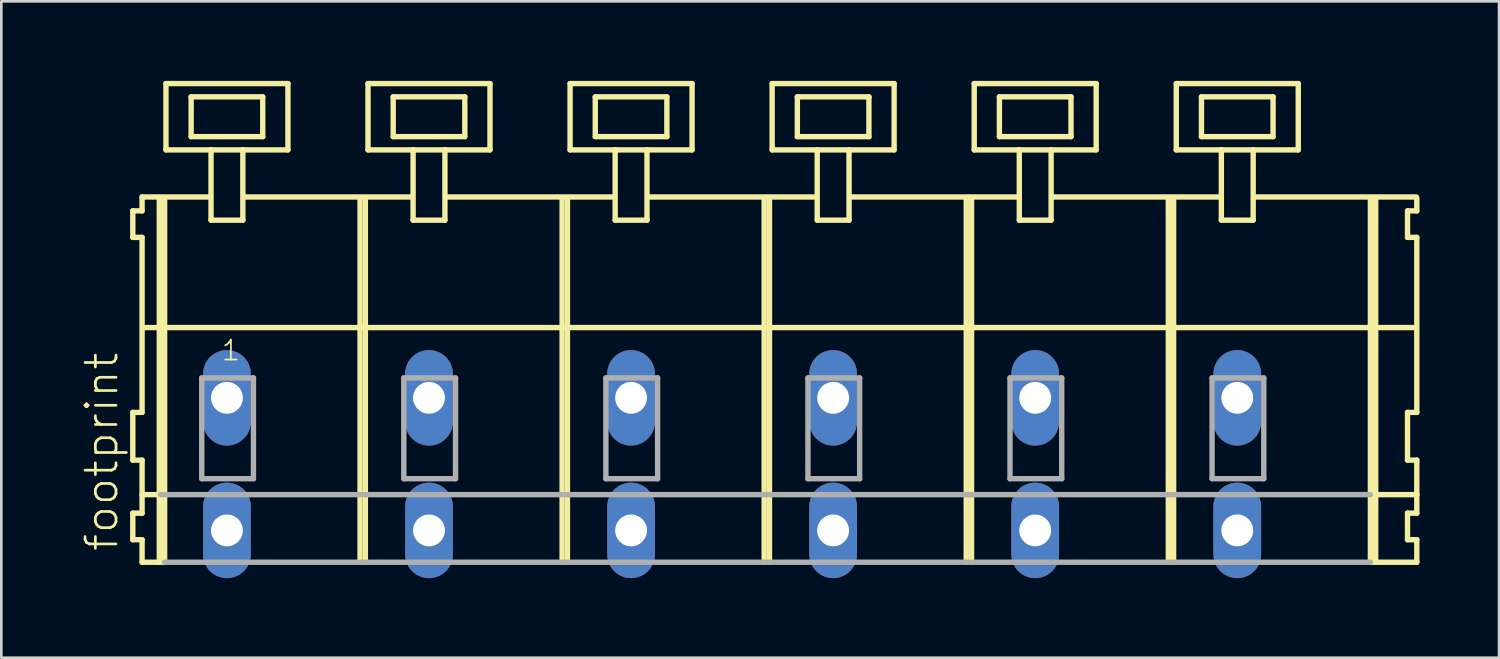
<source format=kicad_pcb>
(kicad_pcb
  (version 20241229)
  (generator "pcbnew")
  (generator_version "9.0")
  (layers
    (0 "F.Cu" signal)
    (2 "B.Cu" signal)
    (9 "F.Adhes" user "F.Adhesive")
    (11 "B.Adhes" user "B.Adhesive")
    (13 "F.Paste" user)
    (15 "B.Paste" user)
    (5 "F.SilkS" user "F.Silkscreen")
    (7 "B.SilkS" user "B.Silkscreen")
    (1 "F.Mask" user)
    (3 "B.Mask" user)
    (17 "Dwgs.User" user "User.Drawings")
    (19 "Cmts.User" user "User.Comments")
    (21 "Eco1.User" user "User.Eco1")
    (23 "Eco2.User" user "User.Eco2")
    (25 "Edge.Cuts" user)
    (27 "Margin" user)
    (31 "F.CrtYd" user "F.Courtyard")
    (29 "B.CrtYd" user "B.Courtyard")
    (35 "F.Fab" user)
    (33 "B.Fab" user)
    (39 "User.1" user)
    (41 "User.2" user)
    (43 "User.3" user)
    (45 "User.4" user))
  (footprint "footprint"
    (layer "F.Cu")
    (at 25.828 11.952)
    (property "Reference" "footprint" (at -24.355 5.855 90) (layer "F.SilkS") (effects (font (size 1.168 1.168) (thickness 0.102)) (justify left bottom)))
    (fp_line (start -23.87 -7.05) (end -23.87 -6.05) (stroke (width 0.203) (type solid)) (layer "F.SilkS"))
    (fp_line (start -23.87 -6.05) (end -23.52 -6.05) (stroke (width 0.203) (type solid)) (layer "F.SilkS"))
    (fp_line (start -23.87 0.55) (end -23.87 2.35) (stroke (width 0.203) (type solid)) (layer "F.SilkS"))
    (fp_line (start -23.87 2.35) (end -23.52 2.35) (stroke (width 0.203) (type solid)) (layer "F.SilkS"))
    (fp_line (start -23.87 4.35) (end -23.87 5.35) (stroke (width 0.203) (type solid)) (layer "F.SilkS"))
    (fp_line (start -23.87 5.35) (end -23.52 5.35) (stroke (width 0.203) (type solid)) (layer "F.SilkS"))
    (fp_line (start -23.52 -7.575) (end -23.52 -7.05) (stroke (width 0.203) (type solid)) (layer "F.SilkS"))
    (fp_line (start -23.52 -7.575) (end -20.945 -7.575) (stroke (width 0.203) (type solid)) (layer "F.SilkS"))
    (fp_line (start -23.52 -7.05) (end -23.87 -7.05) (stroke (width 0.203) (type solid)) (layer "F.SilkS"))
    (fp_line (start -23.52 -6.05) (end -23.52 0.55) (stroke (width 0.203) (type solid)) (layer "F.SilkS"))
    (fp_line (start -23.52 0.55) (end -23.87 0.55) (stroke (width 0.203) (type solid)) (layer "F.SilkS"))
    (fp_line (start -23.52 2.35) (end -23.52 4.35) (stroke (width 0.203) (type solid)) (layer "F.SilkS"))
    (fp_line (start -23.52 3.65) (end -22.82 3.65) (stroke (width 0.203) (type solid)) (layer "F.SilkS"))
    (fp_line (start -23.52 4.35) (end -23.87 4.35) (stroke (width 0.203) (type solid)) (layer "F.SilkS"))
    (fp_line (start -23.52 5.35) (end -23.52 6.2) (stroke (width 0.203) (type solid)) (layer "F.SilkS"))
    (fp_line (start -23.52 6.2) (end -22.87 6.2) (stroke (width 0.203) (type solid)) (layer "F.SilkS"))
    (fp_line (start -23.47 -2.65) (end 24.5 -2.65) (stroke (width 0.203) (type solid)) (layer "F.SilkS"))
    (fp_line (start -22.87 -7.55) (end -22.87 6.2) (stroke (width 0.203) (type solid)) (layer "F.SilkS"))
    (fp_line (start -22.87 6.2) (end -22.67 6.2) (stroke (width 0.203) (type solid)) (layer "F.SilkS"))
    (fp_line (start -22.67 -7.55) (end -22.67 6.2) (stroke (width 0.203) (type solid)) (layer "F.SilkS"))
    (fp_line (start -22.62 -11.85) (end -22.62 -9.35) (stroke (width 0.203) (type solid)) (layer "F.SilkS"))
    (fp_line (start -22.62 -9.35) (end -20.92 -9.35) (stroke (width 0.203) (type solid)) (layer "F.SilkS"))
    (fp_line (start -21.67 -11.35) (end -21.67 -9.85) (stroke (width 0.203) (type solid)) (layer "F.SilkS"))
    (fp_line (start -21.67 -9.85) (end -18.97 -9.85) (stroke (width 0.203) (type solid)) (layer "F.SilkS"))
    (fp_line (start -20.92 -9.35) (end -20.92 -6.7) (stroke (width 0.203) (type solid)) (layer "F.SilkS"))
    (fp_line (start -20.92 -9.35) (end -19.72 -9.35) (stroke (width 0.203) (type solid)) (layer "F.SilkS"))
    (fp_line (start -20.92 -6.7) (end -19.72 -6.7) (stroke (width 0.203) (type solid)) (layer "F.SilkS"))
    (fp_line (start -19.72 -9.35) (end -18.02 -9.35) (stroke (width 0.203) (type solid)) (layer "F.SilkS"))
    (fp_line (start -19.72 -6.7) (end -19.72 -9.35) (stroke (width 0.203) (type solid)) (layer "F.SilkS"))
    (fp_line (start -19.695 -7.575) (end -13.321 -7.575) (stroke (width 0.203) (type solid)) (layer "F.SilkS"))
    (fp_line (start -18.97 -11.35) (end -21.67 -11.35) (stroke (width 0.203) (type solid)) (layer "F.SilkS"))
    (fp_line (start -18.97 -9.85) (end -18.97 -11.35) (stroke (width 0.203) (type solid)) (layer "F.SilkS"))
    (fp_line (start -18.02 -11.85) (end -22.62 -11.85) (stroke (width 0.203) (type solid)) (layer "F.SilkS"))
    (fp_line (start -18.02 -9.35) (end -18.02 -11.85) (stroke (width 0.203) (type solid)) (layer "F.SilkS"))
    (fp_line (start -15.3 -7.55) (end -15.3 6.2) (stroke (width 0.203) (type solid)) (layer "F.SilkS"))
    (fp_line (start -15.1 -7.55) (end -15.1 6.2) (stroke (width 0.203) (type solid)) (layer "F.SilkS"))
    (fp_line (start -15 -11.85) (end -15 -9.35) (stroke (width 0.203) (type solid)) (layer "F.SilkS"))
    (fp_line (start -15 -9.35) (end -13.3 -9.35) (stroke (width 0.203) (type solid)) (layer "F.SilkS"))
    (fp_line (start -14.05 -11.35) (end -14.05 -9.85) (stroke (width 0.203) (type solid)) (layer "F.SilkS"))
    (fp_line (start -14.05 -9.85) (end -11.35 -9.85) (stroke (width 0.203) (type solid)) (layer "F.SilkS"))
    (fp_line (start -13.3 -9.35) (end -13.3 -6.7) (stroke (width 0.203) (type solid)) (layer "F.SilkS"))
    (fp_line (start -13.3 -9.35) (end -12.1 -9.35) (stroke (width 0.203) (type solid)) (layer "F.SilkS"))
    (fp_line (start -13.3 -6.7) (end -12.1 -6.7) (stroke (width 0.203) (type solid)) (layer "F.SilkS"))
    (fp_line (start -12.1 -9.35) (end -10.4 -9.35) (stroke (width 0.203) (type solid)) (layer "F.SilkS"))
    (fp_line (start -12.1 -6.7) (end -12.1 -9.35) (stroke (width 0.203) (type solid)) (layer "F.SilkS"))
    (fp_line (start -12.075 -7.575) (end -5.701 -7.575) (stroke (width 0.203) (type solid)) (layer "F.SilkS"))
    (fp_line (start -11.35 -11.35) (end -14.05 -11.35) (stroke (width 0.203) (type solid)) (layer "F.SilkS"))
    (fp_line (start -11.35 -9.85) (end -11.35 -11.35) (stroke (width 0.203) (type solid)) (layer "F.SilkS"))
    (fp_line (start -10.4 -11.85) (end -15 -11.85) (stroke (width 0.203) (type solid)) (layer "F.SilkS"))
    (fp_line (start -10.4 -9.35) (end -10.4 -11.85) (stroke (width 0.203) (type solid)) (layer "F.SilkS"))
    (fp_line (start -7.68 -7.55) (end -7.68 6.2) (stroke (width 0.203) (type solid)) (layer "F.SilkS"))
    (fp_line (start -7.48 -7.55) (end -7.48 6.2) (stroke (width 0.203) (type solid)) (layer "F.SilkS"))
    (fp_line (start -7.38 -11.85) (end -7.38 -9.35) (stroke (width 0.203) (type solid)) (layer "F.SilkS"))
    (fp_line (start -7.38 -9.35) (end -5.68 -9.35) (stroke (width 0.203) (type solid)) (layer "F.SilkS"))
    (fp_line (start -6.43 -11.35) (end -6.43 -9.85) (stroke (width 0.203) (type solid)) (layer "F.SilkS"))
    (fp_line (start -6.43 -9.85) (end -3.73 -9.85) (stroke (width 0.203) (type solid)) (layer "F.SilkS"))
    (fp_line (start -5.68 -9.35) (end -5.68 -6.7) (stroke (width 0.203) (type solid)) (layer "F.SilkS"))
    (fp_line (start -5.68 -9.35) (end -4.48 -9.35) (stroke (width 0.203) (type solid)) (layer "F.SilkS"))
    (fp_line (start -5.68 -6.7) (end -4.48 -6.7) (stroke (width 0.203) (type solid)) (layer "F.SilkS"))
    (fp_line (start -4.48 -9.35) (end -2.78 -9.35) (stroke (width 0.203) (type solid)) (layer "F.SilkS"))
    (fp_line (start -4.48 -6.7) (end -4.48 -9.35) (stroke (width 0.203) (type solid)) (layer "F.SilkS"))
    (fp_line (start -4.455 -7.575) (end 1.919 -7.575) (stroke (width 0.203) (type solid)) (layer "F.SilkS"))
    (fp_line (start -3.73 -11.35) (end -6.43 -11.35) (stroke (width 0.203) (type solid)) (layer "F.SilkS"))
    (fp_line (start -3.73 -9.85) (end -3.73 -11.35) (stroke (width 0.203) (type solid)) (layer "F.SilkS"))
    (fp_line (start -2.78 -11.85) (end -7.38 -11.85) (stroke (width 0.203) (type solid)) (layer "F.SilkS"))
    (fp_line (start -2.78 -9.35) (end -2.78 -11.85) (stroke (width 0.203) (type solid)) (layer "F.SilkS"))
    (fp_line (start -0.06 -7.55) (end -0.06 6.2) (stroke (width 0.203) (type solid)) (layer "F.SilkS"))
    (fp_line (start 0.14 -7.55) (end 0.14 6.2) (stroke (width 0.203) (type solid)) (layer "F.SilkS"))
    (fp_line (start 0.24 -11.85) (end 0.24 -9.35) (stroke (width 0.203) (type solid)) (layer "F.SilkS"))
    (fp_line (start 0.24 -9.35) (end 1.94 -9.35) (stroke (width 0.203) (type solid)) (layer "F.SilkS"))
    (fp_line (start 1.19 -11.35) (end 1.19 -9.85) (stroke (width 0.203) (type solid)) (layer "F.SilkS"))
    (fp_line (start 1.19 -9.85) (end 3.89 -9.85) (stroke (width 0.203) (type solid)) (layer "F.SilkS"))
    (fp_line (start 1.94 -9.35) (end 1.94 -6.7) (stroke (width 0.203) (type solid)) (layer "F.SilkS"))
    (fp_line (start 1.94 -9.35) (end 3.14 -9.35) (stroke (width 0.203) (type solid)) (layer "F.SilkS"))
    (fp_line (start 1.94 -6.7) (end 3.14 -6.7) (stroke (width 0.203) (type solid)) (layer "F.SilkS"))
    (fp_line (start 3.14 -9.35) (end 4.84 -9.35) (stroke (width 0.203) (type solid)) (layer "F.SilkS"))
    (fp_line (start 3.14 -6.7) (end 3.14 -9.35) (stroke (width 0.203) (type solid)) (layer "F.SilkS"))
    (fp_line (start 3.165 -7.575) (end 9.539 -7.575) (stroke (width 0.203) (type solid)) (layer "F.SilkS"))
    (fp_line (start 3.89 -11.35) (end 1.19 -11.35) (stroke (width 0.203) (type solid)) (layer "F.SilkS"))
    (fp_line (start 3.89 -9.85) (end 3.89 -11.35) (stroke (width 0.203) (type solid)) (layer "F.SilkS"))
    (fp_line (start 4.84 -11.85) (end 0.24 -11.85) (stroke (width 0.203) (type solid)) (layer "F.SilkS"))
    (fp_line (start 4.84 -9.35) (end 4.84 -11.85) (stroke (width 0.203) (type solid)) (layer "F.SilkS"))
    (fp_line (start 7.56 -7.55) (end 7.56 6.2) (stroke (width 0.203) (type solid)) (layer "F.SilkS"))
    (fp_line (start 7.76 -7.55) (end 7.76 6.2) (stroke (width 0.203) (type solid)) (layer "F.SilkS"))
    (fp_line (start 7.86 -11.85) (end 7.86 -9.35) (stroke (width 0.203) (type solid)) (layer "F.SilkS"))
    (fp_line (start 7.86 -9.35) (end 9.56 -9.35) (stroke (width 0.203) (type solid)) (layer "F.SilkS"))
    (fp_line (start 8.81 -11.35) (end 8.81 -9.85) (stroke (width 0.203) (type solid)) (layer "F.SilkS"))
    (fp_line (start 8.81 -9.85) (end 11.51 -9.85) (stroke (width 0.203) (type solid)) (layer "F.SilkS"))
    (fp_line (start 9.56 -9.35) (end 9.56 -6.7) (stroke (width 0.203) (type solid)) (layer "F.SilkS"))
    (fp_line (start 9.56 -9.35) (end 10.76 -9.35) (stroke (width 0.203) (type solid)) (layer "F.SilkS"))
    (fp_line (start 9.56 -6.7) (end 10.76 -6.7) (stroke (width 0.203) (type solid)) (layer "F.SilkS"))
    (fp_line (start 10.76 -9.35) (end 12.46 -9.35) (stroke (width 0.203) (type solid)) (layer "F.SilkS"))
    (fp_line (start 10.76 -6.7) (end 10.76 -9.35) (stroke (width 0.203) (type solid)) (layer "F.SilkS"))
    (fp_line (start 10.785 -7.575) (end 17.159 -7.575) (stroke (width 0.203) (type solid)) (layer "F.SilkS"))
    (fp_line (start 11.51 -11.35) (end 8.81 -11.35) (stroke (width 0.203) (type solid)) (layer "F.SilkS"))
    (fp_line (start 11.51 -9.85) (end 11.51 -11.35) (stroke (width 0.203) (type solid)) (layer "F.SilkS"))
    (fp_line (start 12.46 -11.85) (end 7.86 -11.85) (stroke (width 0.203) (type solid)) (layer "F.SilkS"))
    (fp_line (start 12.46 -9.35) (end 12.46 -11.85) (stroke (width 0.203) (type solid)) (layer "F.SilkS"))
    (fp_line (start 15.18 -7.55) (end 15.18 6.2) (stroke (width 0.203) (type solid)) (layer "F.SilkS"))
    (fp_line (start 15.38 -7.55) (end 15.38 6.2) (stroke (width 0.203) (type solid)) (layer "F.SilkS"))
    (fp_line (start 15.48 -11.85) (end 15.48 -9.35) (stroke (width 0.203) (type solid)) (layer "F.SilkS"))
    (fp_line (start 15.48 -9.35) (end 17.18 -9.35) (stroke (width 0.203) (type solid)) (layer "F.SilkS"))
    (fp_line (start 16.43 -11.35) (end 16.43 -9.85) (stroke (width 0.203) (type solid)) (layer "F.SilkS"))
    (fp_line (start 16.43 -9.85) (end 19.13 -9.85) (stroke (width 0.203) (type solid)) (layer "F.SilkS"))
    (fp_line (start 17.18 -9.35) (end 17.18 -6.7) (stroke (width 0.203) (type solid)) (layer "F.SilkS"))
    (fp_line (start 17.18 -9.35) (end 18.38 -9.35) (stroke (width 0.203) (type solid)) (layer "F.SilkS"))
    (fp_line (start 17.18 -6.7) (end 18.38 -6.7) (stroke (width 0.203) (type solid)) (layer "F.SilkS"))
    (fp_line (start 18.38 -9.35) (end 20.08 -9.35) (stroke (width 0.203) (type solid)) (layer "F.SilkS"))
    (fp_line (start 18.38 -6.7) (end 18.38 -9.35) (stroke (width 0.203) (type solid)) (layer "F.SilkS"))
    (fp_line (start 18.405 -7.575) (end 24.525 -7.575) (stroke (width 0.203) (type solid)) (layer "F.SilkS"))
    (fp_line (start 19.13 -11.35) (end 16.43 -11.35) (stroke (width 0.203) (type solid)) (layer "F.SilkS"))
    (fp_line (start 19.13 -9.85) (end 19.13 -11.35) (stroke (width 0.203) (type solid)) (layer "F.SilkS"))
    (fp_line (start 20.08 -11.85) (end 15.48 -11.85) (stroke (width 0.203) (type solid)) (layer "F.SilkS"))
    (fp_line (start 20.08 -9.35) (end 20.08 -11.85) (stroke (width 0.203) (type solid)) (layer "F.SilkS"))
    (fp_line (start 22.8 -7.55) (end 22.8 6.2) (stroke (width 0.203) (type solid)) (layer "F.SilkS"))
    (fp_line (start 22.8 6.2) (end 24.55 6.2) (stroke (width 0.203) (type solid)) (layer "F.SilkS"))
    (fp_line (start 22.85 3.65) (end 24.55 3.65) (stroke (width 0.203) (type solid)) (layer "F.SilkS"))
    (fp_line (start 23 -7.55) (end 23 6.2) (stroke (width 0.203) (type solid)) (layer "F.SilkS"))
    (fp_line (start 24.2 -7.05) (end 24.2 -6.05) (stroke (width 0.203) (type solid)) (layer "F.SilkS"))
    (fp_line (start 24.2 -6.05) (end 24.55 -6.05) (stroke (width 0.203) (type solid)) (layer "F.SilkS"))
    (fp_line (start 24.2 0.55) (end 24.2 2.35) (stroke (width 0.203) (type solid)) (layer "F.SilkS"))
    (fp_line (start 24.2 2.35) (end 24.55 2.35) (stroke (width 0.203) (type solid)) (layer "F.SilkS"))
    (fp_line (start 24.2 4.35) (end 24.2 5.35) (stroke (width 0.203) (type solid)) (layer "F.SilkS"))
    (fp_line (start 24.2 5.35) (end 24.55 5.35) (stroke (width 0.203) (type solid)) (layer "F.SilkS"))
    (fp_line (start 24.55 -7.05) (end 24.2 -7.05) (stroke (width 0.203) (type solid)) (layer "F.SilkS"))
    (fp_line (start 24.55 -7.05) (end 24.55 -7.55) (stroke (width 0.203) (type solid)) (layer "F.SilkS"))
    (fp_line (start 24.55 0.55) (end 24.2 0.55) (stroke (width 0.203) (type solid)) (layer "F.SilkS"))
    (fp_line (start 24.55 0.55) (end 24.55 -6.05) (stroke (width 0.203) (type solid)) (layer "F.SilkS"))
    (fp_line (start 24.55 3.65) (end 24.55 2.35) (stroke (width 0.203) (type solid)) (layer "F.SilkS"))
    (fp_line (start 24.55 4.35) (end 24.2 4.35) (stroke (width 0.203) (type solid)) (layer "F.SilkS"))
    (fp_line (start 24.55 4.35) (end 24.55 3.65) (stroke (width 0.203) (type solid)) (layer "F.SilkS"))
    (fp_line (start 24.55 6.2) (end 24.55 5.35) (stroke (width 0.203) (type solid)) (layer "F.SilkS"))
    (fp_line (start -22.82 3.65) (end 22.8 3.65) (stroke (width 0.203) (type solid)) (layer "F.Fab"))
    (fp_line (start -22.67 6.2) (end 22.8 6.2) (stroke (width 0.203) (type solid)) (layer "F.Fab"))
    (fp_line (start -21.27 -0.75) (end -21.27 3.05) (stroke (width 0.203) (type solid)) (layer "F.Fab"))
    (fp_line (start -21.27 3.05) (end -19.32 3.05) (stroke (width 0.203) (type solid)) (layer "F.Fab"))
    (fp_line (start -19.32 -0.75) (end -21.27 -0.75) (stroke (width 0.203) (type solid)) (layer "F.Fab"))
    (fp_line (start -19.32 3.05) (end -19.32 -0.75) (stroke (width 0.203) (type solid)) (layer "F.Fab"))
    (fp_line (start -13.65 -0.75) (end -13.65 3.05) (stroke (width 0.203) (type solid)) (layer "F.Fab"))
    (fp_line (start -13.65 3.05) (end -11.7 3.05) (stroke (width 0.203) (type solid)) (layer "F.Fab"))
    (fp_line (start -11.7 -0.75) (end -13.65 -0.75) (stroke (width 0.203) (type solid)) (layer "F.Fab"))
    (fp_line (start -11.7 3.05) (end -11.7 -0.75) (stroke (width 0.203) (type solid)) (layer "F.Fab"))
    (fp_line (start -6.03 -0.75) (end -6.03 3.05) (stroke (width 0.203) (type solid)) (layer "F.Fab"))
    (fp_line (start -6.03 3.05) (end -4.08 3.05) (stroke (width 0.203) (type solid)) (layer "F.Fab"))
    (fp_line (start -4.08 -0.75) (end -6.03 -0.75) (stroke (width 0.203) (type solid)) (layer "F.Fab"))
    (fp_line (start -4.08 3.05) (end -4.08 -0.75) (stroke (width 0.203) (type solid)) (layer "F.Fab"))
    (fp_line (start 1.59 -0.75) (end 1.59 3.05) (stroke (width 0.203) (type solid)) (layer "F.Fab"))
    (fp_line (start 1.59 3.05) (end 3.54 3.05) (stroke (width 0.203) (type solid)) (layer "F.Fab"))
    (fp_line (start 3.54 -0.75) (end 1.59 -0.75) (stroke (width 0.203) (type solid)) (layer "F.Fab"))
    (fp_line (start 3.54 3.05) (end 3.54 -0.75) (stroke (width 0.203) (type solid)) (layer "F.Fab"))
    (fp_line (start 9.21 -0.75) (end 9.21 3.05) (stroke (width 0.203) (type solid)) (layer "F.Fab"))
    (fp_line (start 9.21 3.05) (end 11.16 3.05) (stroke (width 0.203) (type solid)) (layer "F.Fab"))
    (fp_line (start 11.16 -0.75) (end 9.21 -0.75) (stroke (width 0.203) (type solid)) (layer "F.Fab"))
    (fp_line (start 11.16 3.05) (end 11.16 -0.75) (stroke (width 0.203) (type solid)) (layer "F.Fab"))
    (fp_line (start 16.83 -0.75) (end 16.83 3.05) (stroke (width 0.203) (type solid)) (layer "F.Fab"))
    (fp_line (start 16.83 3.05) (end 18.78 3.05) (stroke (width 0.203) (type solid)) (layer "F.Fab"))
    (fp_line (start 18.78 -0.75) (end 16.83 -0.75) (stroke (width 0.203) (type solid)) (layer "F.Fab"))
    (fp_line (start 18.78 3.05) (end 18.78 -0.75) (stroke (width 0.203) (type solid)) (layer "F.Fab"))
    (fp_text user "1" (at -20.57 -1.35 0) (layer "F.SilkS") (effects (font (size 0.748 0.748) (thickness 0.065)) (justify left bottom)))
    (pad "A1" thru_hole oval (at -20.32 0 90) (size 3.6 1.8) (drill 1.2) (layers "*.Cu" "*.Mask"))
    (pad "A2" thru_hole oval (at -12.7 0 90) (size 3.6 1.8) (drill 1.2) (layers "*.Cu" "*.Mask"))
    (pad "A3" thru_hole oval (at -5.08 0 90) (size 3.6 1.8) (drill 1.2) (layers "*.Cu" "*.Mask"))
    (pad "A4" thru_hole oval (at 2.54 0 90) (size 3.6 1.8) (drill 1.2) (layers "*.Cu" "*.Mask"))
    (pad "A5" thru_hole oval (at 10.16 0 90) (size 3.6 1.8) (drill 1.2) (layers "*.Cu" "*.Mask"))
    (pad "A6" thru_hole oval (at 17.78 0 90) (size 3.6 1.8) (drill 1.2) (layers "*.Cu" "*.Mask"))
    (pad "B1" thru_hole oval (at -20.32 5 90) (size 3.6 1.8) (drill 1.2) (layers "*.Cu" "*.Mask"))
    (pad "B2" thru_hole oval (at -12.7 5 90) (size 3.6 1.8) (drill 1.2) (layers "*.Cu" "*.Mask"))
    (pad "B3" thru_hole oval (at -5.08 5 90) (size 3.6 1.8) (drill 1.2) (layers "*.Cu" "*.Mask"))
    (pad "B4" thru_hole oval (at 2.54 5 90) (size 3.6 1.8) (drill 1.2) (layers "*.Cu" "*.Mask"))
    (pad "B5" thru_hole oval (at 10.16 5 90) (size 3.6 1.8) (drill 1.2) (layers "*.Cu" "*.Mask"))
    (pad "B6" thru_hole oval (at 17.78 5 90) (size 3.6 1.8) (drill 1.2) (layers "*.Cu" "*.Mask")))
  (gr_rect
    (start -3 -3)
    (end 53.48 21.752)
    (stroke (width 0.1) (type default))
    (fill no)
    (layer "Edge.Cuts")))
</source>
